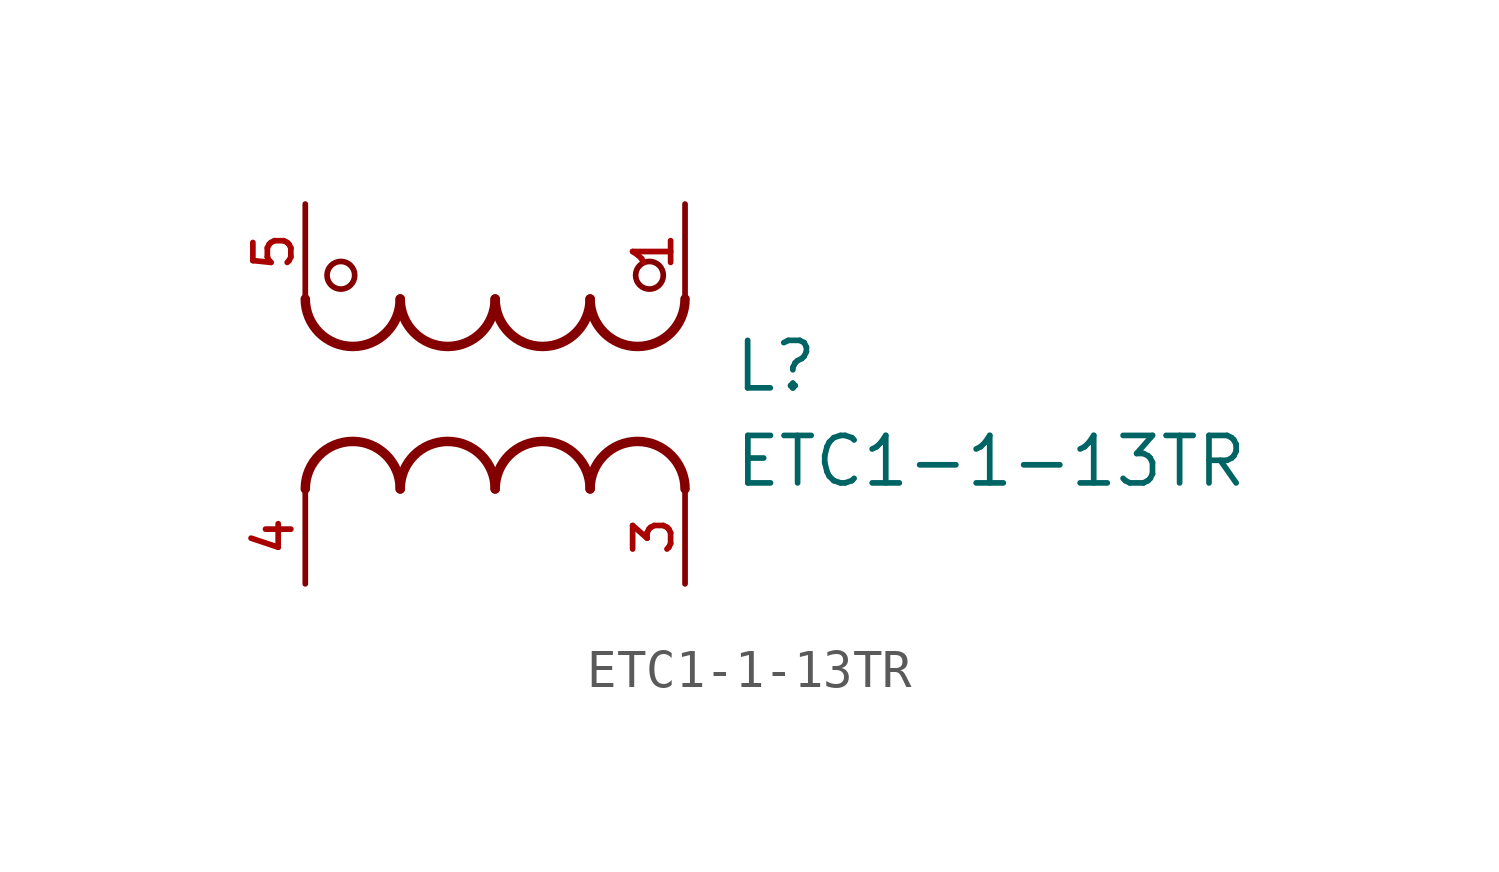
<source format=kicad_sym>
(kicad_symbol_lib
  (version 20211014)
  (generator kicad_symbol_editor)
  (symbol "ETC1-1-13TR"
    (pin_names
      (offset 1.016))
    (property "Reference" "L"
      (at 6.352 0.0 0)
      (effects (font (size 1.27 1.27)) (justify bottom left)))
    (property "Value" "ETC1-1-13TR"
      (at 6.358 -2.543 0)
      (effects (font (size 1.27 1.27)) (justify bottom left)))
    (symbol "ETC1-1-13TR_0_0"
      (arc (start -5.08 2.54) (mid -3.81 1.27) (end -2.54 2.54) (stroke (width 0.254) (type default) (color 0 0 0 0)) (fill (type none)))
      (arc (start -2.54 2.54) (mid -1.27 1.27) (end 0.0 2.54) (stroke (width 0.254) (type default) (color 0 0 0 0)) (fill (type none)))
      (arc (start 0.0 2.54) (mid 1.27 1.27) (end 2.54 2.54) (stroke (width 0.254) (type default) (color 0 0 0 0)) (fill (type none)))
      (arc (start 2.54 2.54) (mid 3.81 1.27) (end 5.08 2.54) (stroke (width 0.254) (type default) (color 0 0 0 0)) (fill (type none)))
      (circle (center -4.128 3.175) (radius 0.37) (stroke (width 0.0)) (fill (type none)))
      (circle (center 4.128 3.175) (radius 0.37) (stroke (width 0.0)) (fill (type none)))
      (arc (start 5.08 -2.54) (mid 3.81 -1.27) (end 2.54 -2.54) (stroke (width 0.254) (type default) (color 0 0 0 0)) (fill (type none)))
      (arc (start 2.54 -2.54) (mid 1.27 -1.27) (end 0.0 -2.54) (stroke (width 0.254) (type default) (color 0 0 0 0)) (fill (type none)))
      (arc (start 0.0 -2.54) (mid -1.27 -1.27) (end -2.54 -2.54) (stroke (width 0.254) (type default) (color 0 0 0 0)) (fill (type none)))
      (arc (start -2.54 -2.54) (mid -3.81 -1.27) (end -5.08 -2.54) (stroke (width 0.254) (type default) (color 0 0 0 0)) (fill (type none)))
      (pin passive line (at 5.08 5.08 270.0) (length 2.54) (name "~" (effects (font (size 1.016 1.016)))) (number "1" (effects (font (size 1.016 1.016)))))
      (pin passive line (at -5.08 -5.08 90.0) (length 2.54) (name "~" (effects (font (size 1.016 1.016)))) (number "4" (effects (font (size 1.016 1.016)))))
      (pin passive line (at -5.08 5.08 270.0) (length 2.54) (name "~" (effects (font (size 1.016 1.016)))) (number "5" (effects (font (size 1.016 1.016)))))
      (pin passive line (at 5.08 -5.08 90.0) (length 2.54) (name "~" (effects (font (size 1.016 1.016)))) (number "3" (effects (font (size 1.016 1.016))))))))
</source>
